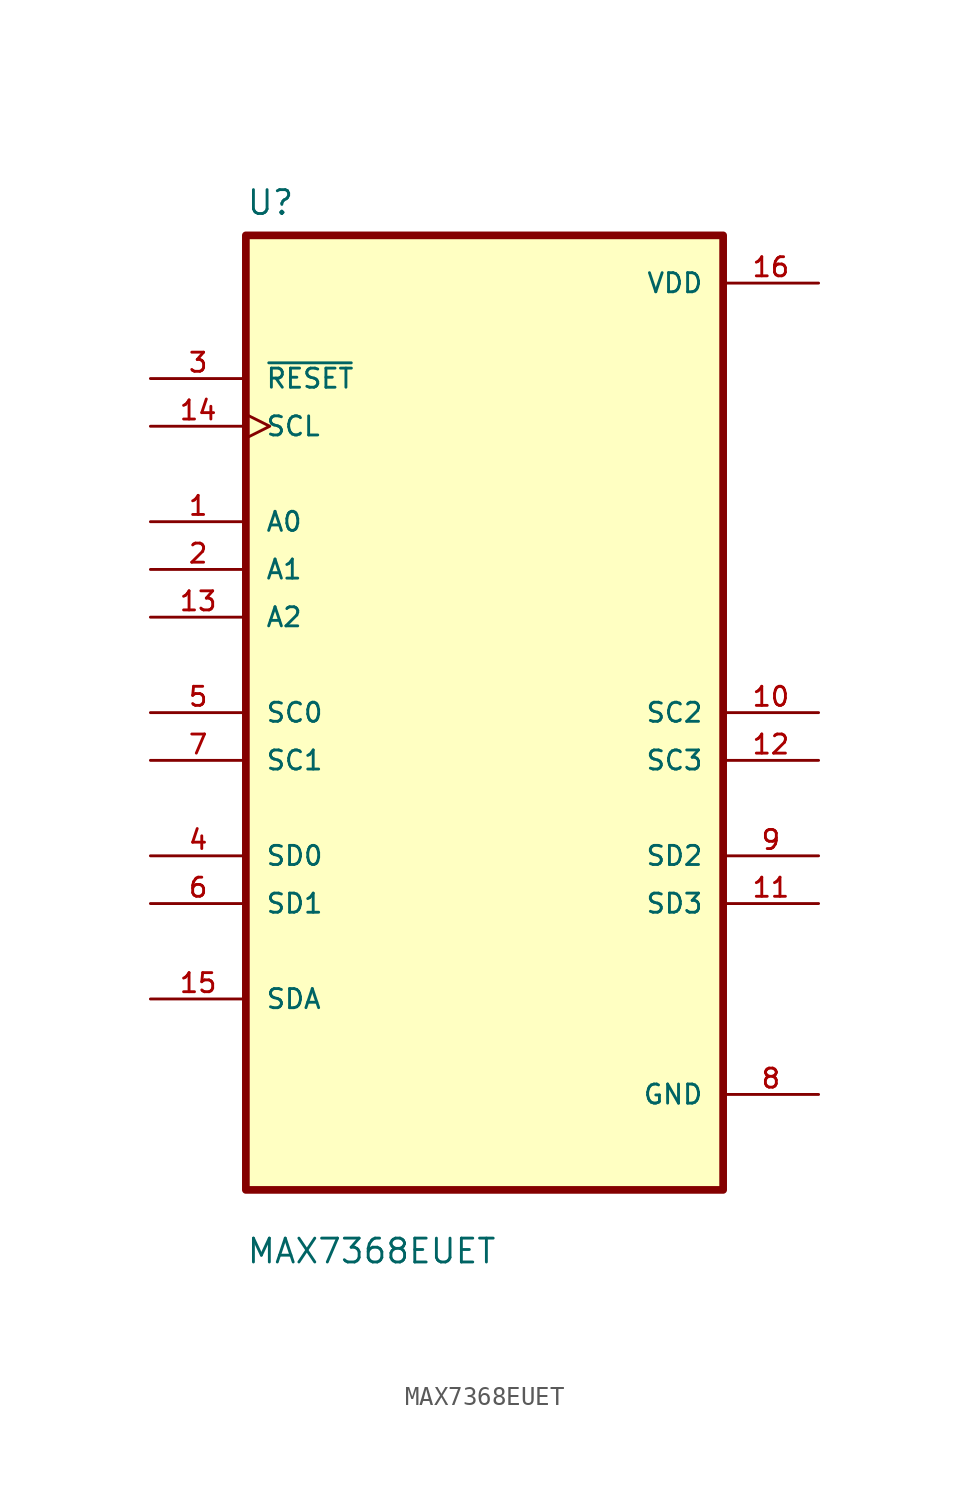
<source format=kicad_sym>
(kicad_symbol_lib
  (version 20231120)
  (generator "kicad_symbol_editor")
  (generator_version "8.0")
  (symbol "MAX7368EUET"
    (pin_names
      (offset 1.016))
    (property "Reference" "U"
      (at -12.7 26.4 0)
      (effects (font (size 1.27 1.27)) (justify left bottom)))
    (property "Value" "MAX7368EUET"
      (at -12.7 -29.4 0)
      (effects (font (size 1.27 1.27)) (justify left bottom)))
    (symbol "MAX7368EUET_0_0"
      (rectangle (start -12.7 -25.4) (end 12.7 25.4) (stroke (width 0.41) (type default)) (fill (type background)))
      (pin bidirectional line (at 17.78 -10.16 180) (length 5.08) (name "SD3" (effects (font (size 1.016 1.016)))) (number "11" (effects (font (size 1.016 1.016)))))
      (pin input clock (at -17.78 15.24 0) (length 5.08) (name "SCL" (effects (font (size 1.016 1.016)))) (number "14" (effects (font (size 1.016 1.016)))))
      (pin bidirectional line (at -17.78 -15.24 0) (length 5.08) (name "SDA" (effects (font (size 1.016 1.016)))) (number "15" (effects (font (size 1.016 1.016)))))
      (pin power_in line (at 17.78 22.86 180) (length 5.08) (name "VDD" (effects (font (size 1.016 1.016)))) (number "16" (effects (font (size 1.016 1.016)))))
      (pin input line (at -17.78 17.78 0) (length 5.08) (name "~{RESET}" (effects (font (size 1.016 1.016)))) (number "3" (effects (font (size 1.016 1.016)))))
      (pin bidirectional line (at -17.78 -7.62 0) (length 5.08) (name "SD0" (effects (font (size 1.016 1.016)))) (number "4" (effects (font (size 1.016 1.016)))))
      (pin bidirectional line (at -17.78 -10.16 0) (length 5.08) (name "SD1" (effects (font (size 1.016 1.016)))) (number "6" (effects (font (size 1.016 1.016)))))
      (pin power_in line (at 17.78 -20.32 180) (length 5.08) (name "GND" (effects (font (size 1.016 1.016)))) (number "8" (effects (font (size 1.016 1.016)))))
      (pin bidirectional line (at 17.78 -7.62 180) (length 5.08) (name "SD2" (effects (font (size 1.016 1.016)))) (number "9" (effects (font (size 1.016 1.016))))))
    (symbol "MAX7368EUET_1_0"
      (pin input line (at -17.78 10.16 0) (length 5.08) (name "A0" (effects (font (size 1.016 1.016)))) (number "1" (effects (font (size 1.016 1.016)))))
      (pin output line (at 17.78 0 180) (length 5.08) (name "SC2" (effects (font (size 1.016 1.016)))) (number "10" (effects (font (size 1.016 1.016)))))
      (pin output line (at 17.78 -2.54 180) (length 5.08) (name "SC3" (effects (font (size 1.016 1.016)))) (number "12" (effects (font (size 1.016 1.016)))))
      (pin input line (at -17.78 5.08 0) (length 5.08) (name "A2" (effects (font (size 1.016 1.016)))) (number "13" (effects (font (size 1.016 1.016)))))
      (pin input line (at -17.78 7.62 0) (length 5.08) (name "A1" (effects (font (size 1.016 1.016)))) (number "2" (effects (font (size 1.016 1.016)))))
      (pin output line (at -17.78 0 0) (length 5.08) (name "SC0" (effects (font (size 1.016 1.016)))) (number "5" (effects (font (size 1.016 1.016)))))
      (pin output line (at -17.78 -2.54 0) (length 5.08) (name "SC1" (effects (font (size 1.016 1.016)))) (number "7" (effects (font (size 1.016 1.016))))))))
</source>
